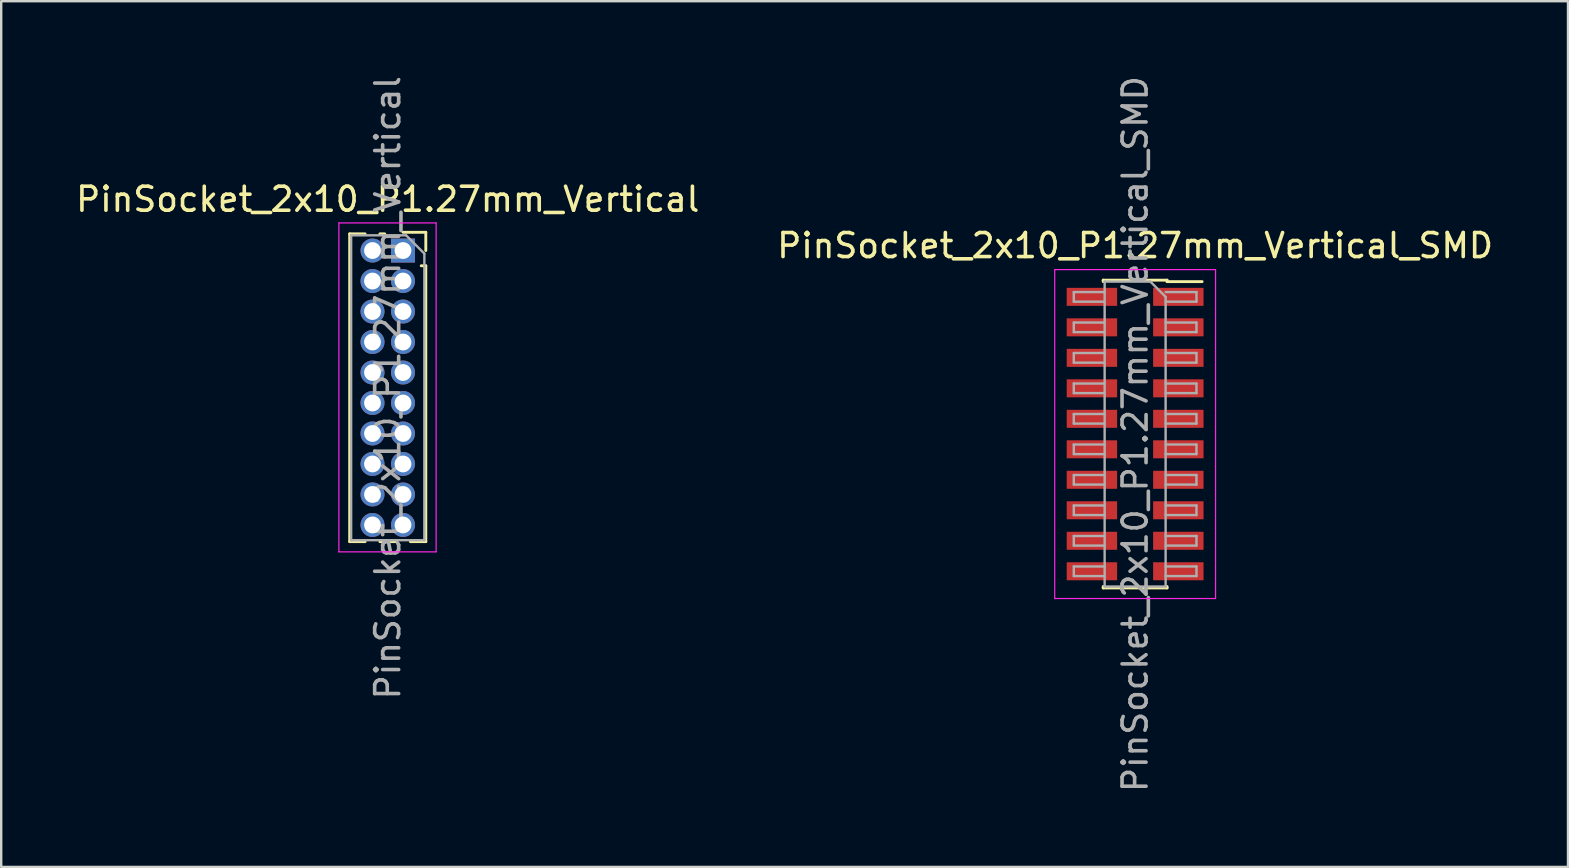
<source format=kicad_pcb>
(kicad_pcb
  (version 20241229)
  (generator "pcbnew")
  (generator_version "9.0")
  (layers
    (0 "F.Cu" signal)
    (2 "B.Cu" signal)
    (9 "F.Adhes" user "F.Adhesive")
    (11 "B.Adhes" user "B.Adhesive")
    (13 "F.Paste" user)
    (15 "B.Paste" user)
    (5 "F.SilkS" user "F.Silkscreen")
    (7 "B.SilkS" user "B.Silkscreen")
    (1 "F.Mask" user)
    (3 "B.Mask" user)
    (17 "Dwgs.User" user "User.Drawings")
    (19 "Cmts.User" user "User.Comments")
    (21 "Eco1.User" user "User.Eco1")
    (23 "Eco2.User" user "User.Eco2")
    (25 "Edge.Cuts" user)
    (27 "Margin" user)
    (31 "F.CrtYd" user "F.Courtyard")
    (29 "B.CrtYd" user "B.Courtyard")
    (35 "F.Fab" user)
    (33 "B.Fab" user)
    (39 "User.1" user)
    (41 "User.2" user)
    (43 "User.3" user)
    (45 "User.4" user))
  (footprint "PinSocket_2x10_P1.27mm_Vertical_SMD"
    (layer "F.Cu")
    (at 44.232 15.03)
    (property "Reference" "PinSocket_2x10_P1.27mm_Vertical_SMD" (at 0 -7.85 0) (layer "F.SilkS") (effects (font (size 1 1) (thickness 0.15))))
    (attr smd)
    (fp_line (start -1.33 -6.41) (end -1.33 -6.35) (stroke (width 0.12) (type solid)) (layer "F.SilkS"))
    (fp_line (start -1.33 -6.41) (end 1.33 -6.41) (stroke (width 0.12) (type solid)) (layer "F.SilkS"))
    (fp_line (start -1.33 6.35) (end -1.33 6.41) (stroke (width 0.12) (type solid)) (layer "F.SilkS"))
    (fp_line (start -1.33 6.41) (end 1.33 6.41) (stroke (width 0.12) (type solid)) (layer "F.SilkS"))
    (fp_line (start 1.33 -6.41) (end 1.33 -6.35) (stroke (width 0.12) (type solid)) (layer "F.SilkS"))
    (fp_line (start 1.33 -6.35) (end 2.79 -6.35) (stroke (width 0.12) (type solid)) (layer "F.SilkS"))
    (fp_line (start 1.33 6.35) (end 1.33 6.41) (stroke (width 0.12) (type solid)) (layer "F.SilkS"))
    (fp_line (start -3.35 -6.85) (end 3.35 -6.85) (stroke (width 0.05) (type solid)) (layer "F.CrtYd"))
    (fp_line (start -3.35 6.85) (end -3.35 -6.85) (stroke (width 0.05) (type solid)) (layer "F.CrtYd"))
    (fp_line (start 3.35 -6.85) (end 3.35 6.85) (stroke (width 0.05) (type solid)) (layer "F.CrtYd"))
    (fp_line (start 3.35 6.85) (end -3.35 6.85) (stroke (width 0.05) (type solid)) (layer "F.CrtYd"))
    (fp_line (start -2.555 -5.915) (end -1.27 -5.915) (stroke (width 0.1) (type solid)) (layer "F.Fab"))
    (fp_line (start -2.555 -5.515) (end -2.555 -5.915) (stroke (width 0.1) (type solid)) (layer "F.Fab"))
    (fp_line (start -2.555 -4.645) (end -1.27 -4.645) (stroke (width 0.1) (type solid)) (layer "F.Fab"))
    (fp_line (start -2.555 -4.245) (end -2.555 -4.645) (stroke (width 0.1) (type solid)) (layer "F.Fab"))
    (fp_line (start -2.555 -3.375) (end -1.27 -3.375) (stroke (width 0.1) (type solid)) (layer "F.Fab"))
    (fp_line (start -2.555 -2.975) (end -2.555 -3.375) (stroke (width 0.1) (type solid)) (layer "F.Fab"))
    (fp_line (start -2.555 -2.105) (end -1.27 -2.105) (stroke (width 0.1) (type solid)) (layer "F.Fab"))
    (fp_line (start -2.555 -1.705) (end -2.555 -2.105) (stroke (width 0.1) (type solid)) (layer "F.Fab"))
    (fp_line (start -2.555 -0.835) (end -1.27 -0.835) (stroke (width 0.1) (type solid)) (layer "F.Fab"))
    (fp_line (start -2.555 -0.435) (end -2.555 -0.835) (stroke (width 0.1) (type solid)) (layer "F.Fab"))
    (fp_line (start -2.555 0.435) (end -1.27 0.435) (stroke (width 0.1) (type solid)) (layer "F.Fab"))
    (fp_line (start -2.555 0.835) (end -2.555 0.435) (stroke (width 0.1) (type solid)) (layer "F.Fab"))
    (fp_line (start -2.555 1.705) (end -1.27 1.705) (stroke (width 0.1) (type solid)) (layer "F.Fab"))
    (fp_line (start -2.555 2.105) (end -2.555 1.705) (stroke (width 0.1) (type solid)) (layer "F.Fab"))
    (fp_line (start -2.555 2.975) (end -1.27 2.975) (stroke (width 0.1) (type solid)) (layer "F.Fab"))
    (fp_line (start -2.555 3.375) (end -2.555 2.975) (stroke (width 0.1) (type solid)) (layer "F.Fab"))
    (fp_line (start -2.555 4.245) (end -1.27 4.245) (stroke (width 0.1) (type solid)) (layer "F.Fab"))
    (fp_line (start -2.555 4.645) (end -2.555 4.245) (stroke (width 0.1) (type solid)) (layer "F.Fab"))
    (fp_line (start -2.555 5.515) (end -1.27 5.515) (stroke (width 0.1) (type solid)) (layer "F.Fab"))
    (fp_line (start -2.555 5.915) (end -2.555 5.515) (stroke (width 0.1) (type solid)) (layer "F.Fab"))
    (fp_line (start -1.27 -6.35) (end 0.635 -6.35) (stroke (width 0.1) (type solid)) (layer "F.Fab"))
    (fp_line (start -1.27 -5.515) (end -2.555 -5.515) (stroke (width 0.1) (type solid)) (layer "F.Fab"))
    (fp_line (start -1.27 -4.245) (end -2.555 -4.245) (stroke (width 0.1) (type solid)) (layer "F.Fab"))
    (fp_line (start -1.27 -2.975) (end -2.555 -2.975) (stroke (width 0.1) (type solid)) (layer "F.Fab"))
    (fp_line (start -1.27 -1.705) (end -2.555 -1.705) (stroke (width 0.1) (type solid)) (layer "F.Fab"))
    (fp_line (start -1.27 -0.435) (end -2.555 -0.435) (stroke (width 0.1) (type solid)) (layer "F.Fab"))
    (fp_line (start -1.27 0.835) (end -2.555 0.835) (stroke (width 0.1) (type solid)) (layer "F.Fab"))
    (fp_line (start -1.27 2.105) (end -2.555 2.105) (stroke (width 0.1) (type solid)) (layer "F.Fab"))
    (fp_line (start -1.27 3.375) (end -2.555 3.375) (stroke (width 0.1) (type solid)) (layer "F.Fab"))
    (fp_line (start -1.27 4.645) (end -2.555 4.645) (stroke (width 0.1) (type solid)) (layer "F.Fab"))
    (fp_line (start -1.27 5.915) (end -2.555 5.915) (stroke (width 0.1) (type solid)) (layer "F.Fab"))
    (fp_line (start -1.27 6.35) (end -1.27 -6.35) (stroke (width 0.1) (type solid)) (layer "F.Fab"))
    (fp_line (start 0.635 -6.35) (end 1.27 -5.715) (stroke (width 0.1) (type solid)) (layer "F.Fab"))
    (fp_line (start 1.27 -5.915) (end 2.555 -5.915) (stroke (width 0.1) (type solid)) (layer "F.Fab"))
    (fp_line (start 1.27 -5.715) (end 1.27 6.35) (stroke (width 0.1) (type solid)) (layer "F.Fab"))
    (fp_line (start 1.27 -4.645) (end 2.555 -4.645) (stroke (width 0.1) (type solid)) (layer "F.Fab"))
    (fp_line (start 1.27 -3.375) (end 2.555 -3.375) (stroke (width 0.1) (type solid)) (layer "F.Fab"))
    (fp_line (start 1.27 -2.105) (end 2.555 -2.105) (stroke (width 0.1) (type solid)) (layer "F.Fab"))
    (fp_line (start 1.27 -0.835) (end 2.555 -0.835) (stroke (width 0.1) (type solid)) (layer "F.Fab"))
    (fp_line (start 1.27 0.435) (end 2.555 0.435) (stroke (width 0.1) (type solid)) (layer "F.Fab"))
    (fp_line (start 1.27 1.705) (end 2.555 1.705) (stroke (width 0.1) (type solid)) (layer "F.Fab"))
    (fp_line (start 1.27 2.975) (end 2.555 2.975) (stroke (width 0.1) (type solid)) (layer "F.Fab"))
    (fp_line (start 1.27 4.245) (end 2.555 4.245) (stroke (width 0.1) (type solid)) (layer "F.Fab"))
    (fp_line (start 1.27 5.515) (end 2.555 5.515) (stroke (width 0.1) (type solid)) (layer "F.Fab"))
    (fp_line (start 1.27 6.35) (end -1.27 6.35) (stroke (width 0.1) (type solid)) (layer "F.Fab"))
    (fp_line (start 2.555 -5.915) (end 2.555 -5.515) (stroke (width 0.1) (type solid)) (layer "F.Fab"))
    (fp_line (start 2.555 -5.515) (end 1.27 -5.515) (stroke (width 0.1) (type solid)) (layer "F.Fab"))
    (fp_line (start 2.555 -4.645) (end 2.555 -4.245) (stroke (width 0.1) (type solid)) (layer "F.Fab"))
    (fp_line (start 2.555 -4.245) (end 1.27 -4.245) (stroke (width 0.1) (type solid)) (layer "F.Fab"))
    (fp_line (start 2.555 -3.375) (end 2.555 -2.975) (stroke (width 0.1) (type solid)) (layer "F.Fab"))
    (fp_line (start 2.555 -2.975) (end 1.27 -2.975) (stroke (width 0.1) (type solid)) (layer "F.Fab"))
    (fp_line (start 2.555 -2.105) (end 2.555 -1.705) (stroke (width 0.1) (type solid)) (layer "F.Fab"))
    (fp_line (start 2.555 -1.705) (end 1.27 -1.705) (stroke (width 0.1) (type solid)) (layer "F.Fab"))
    (fp_line (start 2.555 -0.835) (end 2.555 -0.435) (stroke (width 0.1) (type solid)) (layer "F.Fab"))
    (fp_line (start 2.555 -0.435) (end 1.27 -0.435) (stroke (width 0.1) (type solid)) (layer "F.Fab"))
    (fp_line (start 2.555 0.435) (end 2.555 0.835) (stroke (width 0.1) (type solid)) (layer "F.Fab"))
    (fp_line (start 2.555 0.835) (end 1.27 0.835) (stroke (width 0.1) (type solid)) (layer "F.Fab"))
    (fp_line (start 2.555 1.705) (end 2.555 2.105) (stroke (width 0.1) (type solid)) (layer "F.Fab"))
    (fp_line (start 2.555 2.105) (end 1.27 2.105) (stroke (width 0.1) (type solid)) (layer "F.Fab"))
    (fp_line (start 2.555 2.975) (end 2.555 3.375) (stroke (width 0.1) (type solid)) (layer "F.Fab"))
    (fp_line (start 2.555 3.375) (end 1.27 3.375) (stroke (width 0.1) (type solid)) (layer "F.Fab"))
    (fp_line (start 2.555 4.245) (end 2.555 4.645) (stroke (width 0.1) (type solid)) (layer "F.Fab"))
    (fp_line (start 2.555 4.645) (end 1.27 4.645) (stroke (width 0.1) (type solid)) (layer "F.Fab"))
    (fp_line (start 2.555 5.515) (end 2.555 5.915) (stroke (width 0.1) (type solid)) (layer "F.Fab"))
    (fp_line (start 2.555 5.915) (end 1.27 5.915) (stroke (width 0.1) (type solid)) (layer "F.Fab"))
    (fp_text user "${REFERENCE}" (at 0 0 90) (layer "F.Fab") (effects (font (size 1 1) (thickness 0.15))))
    (pad "1" smd rect (at 1.8 -5.715) (size 2.1 0.75) (layers "F.Cu" "F.Mask" "F.Paste"))
    (pad "2" smd rect (at -1.8 -5.715) (size 2.1 0.75) (layers "F.Cu" "F.Mask" "F.Paste"))
    (pad "3" smd rect (at 1.8 -4.445) (size 2.1 0.75) (layers "F.Cu" "F.Mask" "F.Paste"))
    (pad "4" smd rect (at -1.8 -4.445) (size 2.1 0.75) (layers "F.Cu" "F.Mask" "F.Paste"))
    (pad "5" smd rect (at 1.8 -3.175) (size 2.1 0.75) (layers "F.Cu" "F.Mask" "F.Paste"))
    (pad "6" smd rect (at -1.8 -3.175) (size 2.1 0.75) (layers "F.Cu" "F.Mask" "F.Paste"))
    (pad "7" smd rect (at 1.8 -1.905) (size 2.1 0.75) (layers "F.Cu" "F.Mask" "F.Paste"))
    (pad "8" smd rect (at -1.8 -1.905) (size 2.1 0.75) (layers "F.Cu" "F.Mask" "F.Paste"))
    (pad "9" smd rect (at 1.8 -0.635) (size 2.1 0.75) (layers "F.Cu" "F.Mask" "F.Paste"))
    (pad "10" smd rect (at -1.8 -0.635) (size 2.1 0.75) (layers "F.Cu" "F.Mask" "F.Paste"))
    (pad "11" smd rect (at 1.8 0.635) (size 2.1 0.75) (layers "F.Cu" "F.Mask" "F.Paste"))
    (pad "12" smd rect (at -1.8 0.635) (size 2.1 0.75) (layers "F.Cu" "F.Mask" "F.Paste"))
    (pad "13" smd rect (at 1.8 1.905) (size 2.1 0.75) (layers "F.Cu" "F.Mask" "F.Paste"))
    (pad "14" smd rect (at -1.8 1.905) (size 2.1 0.75) (layers "F.Cu" "F.Mask" "F.Paste"))
    (pad "15" smd rect (at 1.8 3.175) (size 2.1 0.75) (layers "F.Cu" "F.Mask" "F.Paste"))
    (pad "16" smd rect (at -1.8 3.175) (size 2.1 0.75) (layers "F.Cu" "F.Mask" "F.Paste"))
    (pad "17" smd rect (at 1.8 4.445) (size 2.1 0.75) (layers "F.Cu" "F.Mask" "F.Paste"))
    (pad "18" smd rect (at -1.8 4.445) (size 2.1 0.75) (layers "F.Cu" "F.Mask" "F.Paste"))
    (pad "19" smd rect (at 1.8 5.715) (size 2.1 0.75) (layers "F.Cu" "F.Mask" "F.Paste"))
    (pad "20" smd rect (at -1.8 5.715) (size 2.1 0.75) (layers "F.Cu" "F.Mask" "F.Paste")))
  (footprint "PinSocket_2x10_P1.27mm_Vertical"
    (layer "F.Cu")
    (at 13.736 7.386)
    (property "Reference" "PinSocket_2x10_P1.27mm_Vertical" (at -0.635 -2.135 0) (layer "F.SilkS") (effects (font (size 1 1) (thickness 0.15))))
    (attr through_hole)
    (fp_line (start -2.22 -0.695) (end -2.22 12.125) (stroke (width 0.12) (type solid)) (layer "F.SilkS"))
    (fp_line (start -2.22 -0.695) (end -1.578 -0.695) (stroke (width 0.12) (type solid)) (layer "F.SilkS"))
    (fp_line (start -2.22 12.125) (end -1.578 12.125) (stroke (width 0.12) (type solid)) (layer "F.SilkS"))
    (fp_line (start -0.962 -0.695) (end -0.76 -0.695) (stroke (width 0.12) (type solid)) (layer "F.SilkS"))
    (fp_line (start -0.962 12.125) (end -0.308 12.125) (stroke (width 0.12) (type solid)) (layer "F.SilkS"))
    (fp_line (start 0 -0.76) (end 0.95 -0.76) (stroke (width 0.12) (type solid)) (layer "F.SilkS"))
    (fp_line (start 0.308 12.125) (end 0.95 12.125) (stroke (width 0.12) (type solid)) (layer "F.SilkS"))
    (fp_line (start 0.76 0.635) (end 0.95 0.635) (stroke (width 0.12) (type solid)) (layer "F.SilkS"))
    (fp_line (start 0.95 -0.76) (end 0.95 0) (stroke (width 0.12) (type solid)) (layer "F.SilkS"))
    (fp_line (start 0.95 0.635) (end 0.95 12.125) (stroke (width 0.12) (type solid)) (layer "F.SilkS"))
    (fp_line (start -2.67 -1.15) (end 1.38 -1.15) (stroke (width 0.05) (type solid)) (layer "F.CrtYd"))
    (fp_line (start -2.67 12.55) (end -2.67 -1.15) (stroke (width 0.05) (type solid)) (layer "F.CrtYd"))
    (fp_line (start 1.38 -1.15) (end 1.38 12.55) (stroke (width 0.05) (type solid)) (layer "F.CrtYd"))
    (fp_line (start 1.38 12.55) (end -2.67 12.55) (stroke (width 0.05) (type solid)) (layer "F.CrtYd"))
    (fp_line (start -2.16 -0.635) (end 0.128 -0.635) (stroke (width 0.1) (type solid)) (layer "F.Fab"))
    (fp_line (start -2.16 12.065) (end -2.16 -0.635) (stroke (width 0.1) (type solid)) (layer "F.Fab"))
    (fp_line (start 0.128 -0.635) (end 0.89 0.128) (stroke (width 0.1) (type solid)) (layer "F.Fab"))
    (fp_line (start 0.89 0.128) (end 0.89 12.065) (stroke (width 0.1) (type solid)) (layer "F.Fab"))
    (fp_line (start 0.89 12.065) (end -2.16 12.065) (stroke (width 0.1) (type solid)) (layer "F.Fab"))
    (fp_text user "${REFERENCE}" (at -0.635 5.715 90) (layer "F.Fab") (effects (font (size 1 1) (thickness 0.15))))
    (pad "1" thru_hole rect (at 0 0) (size 1 1) (drill 0.7) (layers "*.Cu" "*.Mask"))
    (pad "2" thru_hole oval (at -1.27 0) (size 1 1) (drill 0.7) (layers "*.Cu" "*.Mask"))
    (pad "3" thru_hole oval (at 0 1.27) (size 1 1) (drill 0.7) (layers "*.Cu" "*.Mask"))
    (pad "4" thru_hole oval (at -1.27 1.27) (size 1 1) (drill 0.7) (layers "*.Cu" "*.Mask"))
    (pad "5" thru_hole oval (at 0 2.54) (size 1 1) (drill 0.7) (layers "*.Cu" "*.Mask"))
    (pad "6" thru_hole oval (at -1.27 2.54) (size 1 1) (drill 0.7) (layers "*.Cu" "*.Mask"))
    (pad "7" thru_hole oval (at 0 3.81) (size 1 1) (drill 0.7) (layers "*.Cu" "*.Mask"))
    (pad "8" thru_hole oval (at -1.27 3.81) (size 1 1) (drill 0.7) (layers "*.Cu" "*.Mask"))
    (pad "9" thru_hole oval (at 0 5.08) (size 1 1) (drill 0.7) (layers "*.Cu" "*.Mask"))
    (pad "10" thru_hole oval (at -1.27 5.08) (size 1 1) (drill 0.7) (layers "*.Cu" "*.Mask"))
    (pad "11" thru_hole oval (at 0 6.35) (size 1 1) (drill 0.7) (layers "*.Cu" "*.Mask"))
    (pad "12" thru_hole oval (at -1.27 6.35) (size 1 1) (drill 0.7) (layers "*.Cu" "*.Mask"))
    (pad "13" thru_hole oval (at 0 7.62) (size 1 1) (drill 0.7) (layers "*.Cu" "*.Mask"))
    (pad "14" thru_hole oval (at -1.27 7.62) (size 1 1) (drill 0.7) (layers "*.Cu" "*.Mask"))
    (pad "15" thru_hole oval (at 0 8.89) (size 1 1) (drill 0.7) (layers "*.Cu" "*.Mask"))
    (pad "16" thru_hole oval (at -1.27 8.89) (size 1 1) (drill 0.7) (layers "*.Cu" "*.Mask"))
    (pad "17" thru_hole oval (at 0 10.16) (size 1 1) (drill 0.7) (layers "*.Cu" "*.Mask"))
    (pad "18" thru_hole oval (at -1.27 10.16) (size 1 1) (drill 0.7) (layers "*.Cu" "*.Mask"))
    (pad "19" thru_hole oval (at 0 11.43) (size 1 1) (drill 0.7) (layers "*.Cu" "*.Mask"))
    (pad "20" thru_hole oval (at -1.27 11.43) (size 1 1) (drill 0.7) (layers "*.Cu" "*.Mask")))
  (gr_rect
    (start -3 -3)
    (end 62.262 33.06)
    (stroke (width 0.1) (type default))
    (fill no)
    (layer "Edge.Cuts")))
</source>
